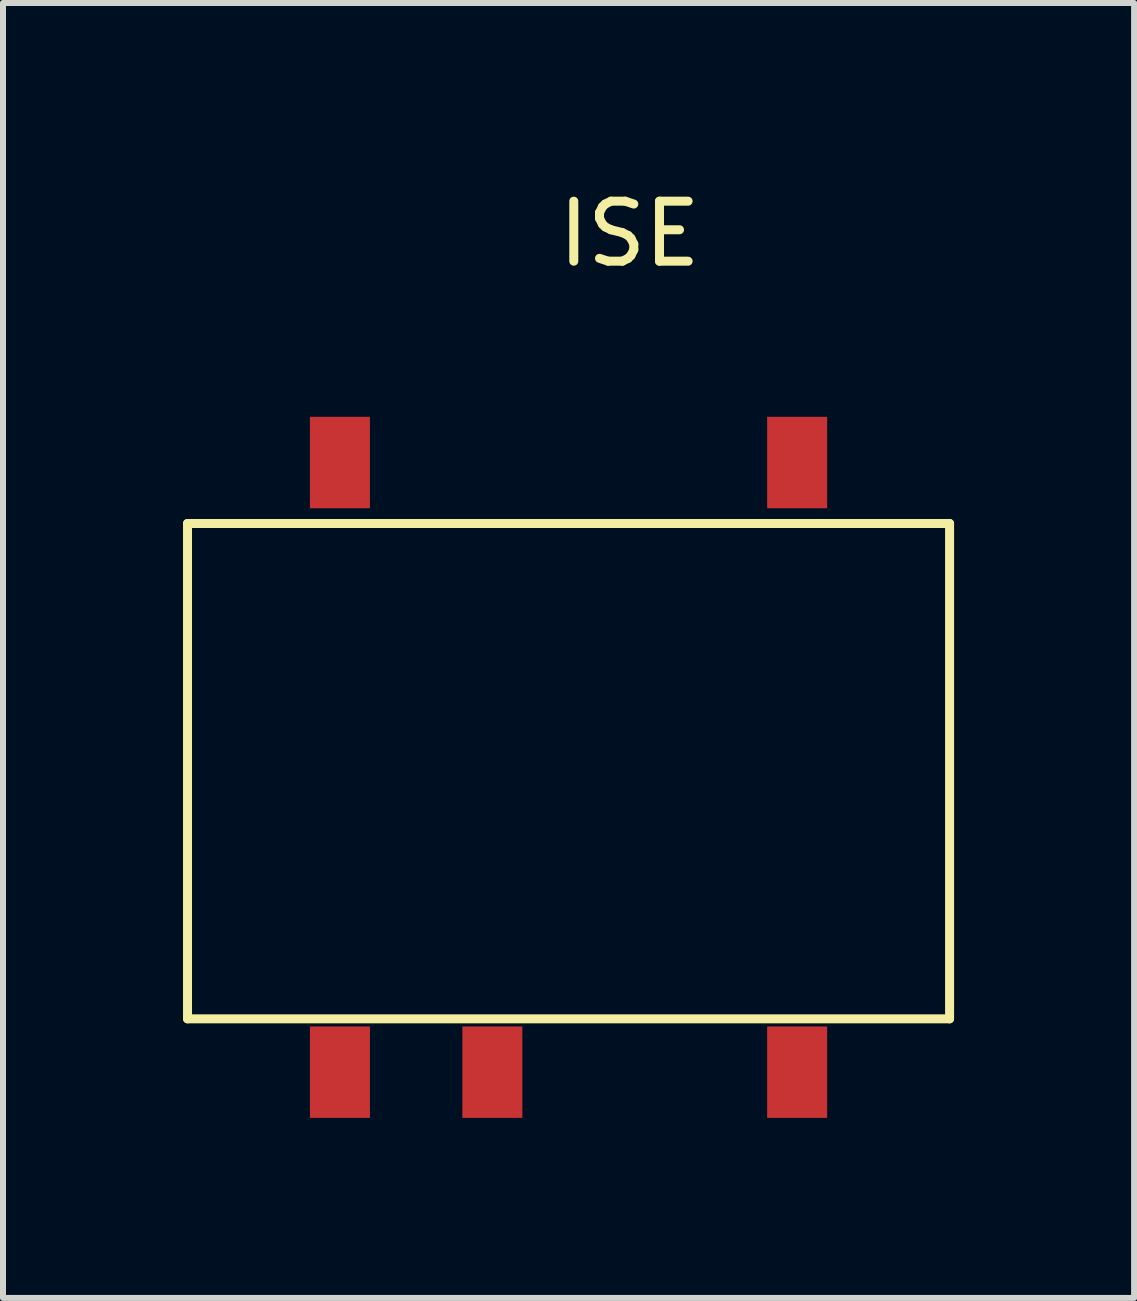
<source format=kicad_pcb>
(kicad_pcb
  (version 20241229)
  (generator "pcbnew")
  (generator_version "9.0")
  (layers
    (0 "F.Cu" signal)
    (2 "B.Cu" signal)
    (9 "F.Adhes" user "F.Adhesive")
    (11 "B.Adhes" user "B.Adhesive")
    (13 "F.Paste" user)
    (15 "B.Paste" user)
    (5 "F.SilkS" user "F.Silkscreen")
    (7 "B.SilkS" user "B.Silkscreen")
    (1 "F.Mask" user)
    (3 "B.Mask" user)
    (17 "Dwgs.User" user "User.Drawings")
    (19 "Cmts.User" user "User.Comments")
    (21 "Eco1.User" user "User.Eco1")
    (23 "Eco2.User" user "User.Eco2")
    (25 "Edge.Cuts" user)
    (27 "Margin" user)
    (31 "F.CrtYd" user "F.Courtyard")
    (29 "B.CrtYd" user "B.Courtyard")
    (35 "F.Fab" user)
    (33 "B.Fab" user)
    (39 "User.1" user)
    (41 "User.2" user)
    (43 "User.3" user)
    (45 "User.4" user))
  (footprint "ISE"
    (layer "F.Cu")
    (at 2.615 12.278)
    (property "Reference" "ISE" (at 4.826 -11.43 0) (layer "F.SilkS") (effects (font (size 1 1) (thickness 0.15))))
    (attr through_hole)
    (fp_line (start -2.54 -6.604) (end -2.54 1.651) (stroke (width 0.15) (type solid)) (layer "F.SilkS"))
    (fp_line (start -2.54 1.651) (end 10.16 1.651) (stroke (width 0.15) (type solid)) (layer "F.SilkS"))
    (fp_line (start 10.16 -6.604) (end -2.54 -6.604) (stroke (width 0.15) (type solid)) (layer "F.SilkS"))
    (fp_line (start 10.16 1.651) (end 10.16 -6.604) (stroke (width 0.15) (type solid)) (layer "F.SilkS"))
    (pad "1" smd rect (at 0 2.54) (size 1 1.524) (layers "F.Cu" "F.Mask" "F.Paste"))
    (pad "2" smd rect (at 2.54 2.54) (size 1 1.524) (layers "F.Cu" "F.Mask" "F.Paste"))
    (pad "4" smd rect (at 7.62 2.54) (size 1 1.524) (layers "F.Cu" "F.Mask" "F.Paste"))
    (pad "5" smd rect (at 7.62 -7.62) (size 1 1.524) (layers "F.Cu" "F.Mask" "F.Paste"))
    (pad "8" smd rect (at 0 -7.62) (size 1 1.524) (layers "F.Cu" "F.Mask" "F.Paste")))
  (gr_rect
    (start -3 -3)
    (end 15.85 18.58)
    (stroke (width 0.1) (type default))
    (fill no)
    (layer "Edge.Cuts")))
</source>
